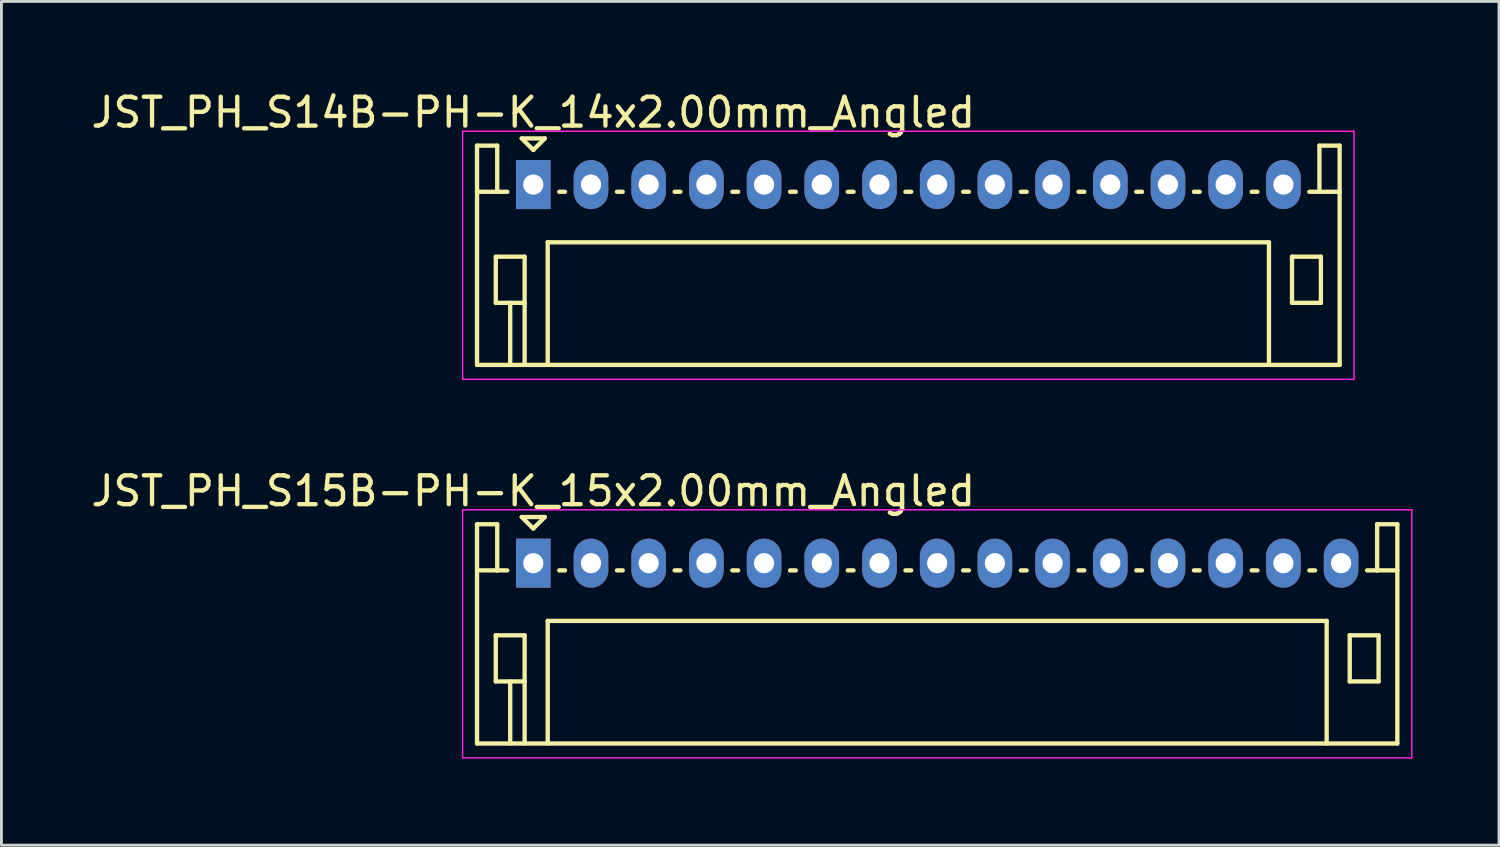
<source format=kicad_pcb>
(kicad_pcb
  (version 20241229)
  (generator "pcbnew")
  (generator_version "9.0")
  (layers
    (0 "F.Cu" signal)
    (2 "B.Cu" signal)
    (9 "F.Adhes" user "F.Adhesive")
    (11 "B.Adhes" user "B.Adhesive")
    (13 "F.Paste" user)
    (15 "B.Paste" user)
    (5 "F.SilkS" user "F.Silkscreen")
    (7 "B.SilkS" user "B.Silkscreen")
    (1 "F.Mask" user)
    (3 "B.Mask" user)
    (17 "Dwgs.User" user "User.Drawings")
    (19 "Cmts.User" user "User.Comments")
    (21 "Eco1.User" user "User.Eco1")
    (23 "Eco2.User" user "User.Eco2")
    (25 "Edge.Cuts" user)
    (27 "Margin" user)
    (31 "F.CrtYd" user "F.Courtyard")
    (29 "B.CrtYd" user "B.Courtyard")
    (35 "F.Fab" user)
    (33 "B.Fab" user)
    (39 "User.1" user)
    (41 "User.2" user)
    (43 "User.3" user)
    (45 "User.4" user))
  (footprint "JST_PH_S14B-PH-K_14x2.00mm_Angled"
    (layer "F.Cu")
    (at 15.435 3.348)
    (property "Reference" "JST_PH_S14B-PH-K_14x2.00mm_Angled" (at 0 -2.5 0) (layer "F.SilkS") (effects (font (size 1 1) (thickness 0.15))))
    (attr through_hole)
    (fp_line (start -1.95 -1.35) (end -1.95 6.25) (stroke (width 0.15) (type solid)) (layer "F.SilkS"))
    (fp_line (start -1.95 0.25) (end -1.25 0.25) (stroke (width 0.15) (type solid)) (layer "F.SilkS"))
    (fp_line (start -1.95 6.25) (end 27.95 6.25) (stroke (width 0.15) (type solid)) (layer "F.SilkS"))
    (fp_line (start -1.3 2.5) (end -1.3 4.1) (stroke (width 0.15) (type solid)) (layer "F.SilkS"))
    (fp_line (start -1.3 4.1) (end -0.3 4.1) (stroke (width 0.15) (type solid)) (layer "F.SilkS"))
    (fp_line (start -1.25 -1.35) (end -1.95 -1.35) (stroke (width 0.15) (type solid)) (layer "F.SilkS"))
    (fp_line (start -1.25 0.25) (end -1.25 -1.35) (stroke (width 0.15) (type solid)) (layer "F.SilkS"))
    (fp_line (start -0.9 0.25) (end -1.25 0.25) (stroke (width 0.15) (type solid)) (layer "F.SilkS"))
    (fp_line (start -0.8 4.1) (end -0.8 6.25) (stroke (width 0.15) (type solid)) (layer "F.SilkS"))
    (fp_line (start -0.4 -1.6) (end 0.4 -1.6) (stroke (width 0.15) (type solid)) (layer "F.SilkS"))
    (fp_line (start -0.3 2.5) (end -1.3 2.5) (stroke (width 0.15) (type solid)) (layer "F.SilkS"))
    (fp_line (start -0.3 4.1) (end -0.3 2.5) (stroke (width 0.15) (type solid)) (layer "F.SilkS"))
    (fp_line (start -0.3 4.1) (end -0.3 6.25) (stroke (width 0.15) (type solid)) (layer "F.SilkS"))
    (fp_line (start 0 -1.2) (end -0.4 -1.6) (stroke (width 0.15) (type solid)) (layer "F.SilkS"))
    (fp_line (start 0.4 -1.6) (end 0 -1.2) (stroke (width 0.15) (type solid)) (layer "F.SilkS"))
    (fp_line (start 0.5 2) (end 25.5 2) (stroke (width 0.15) (type solid)) (layer "F.SilkS"))
    (fp_line (start 0.5 6.25) (end 0.5 2) (stroke (width 0.15) (type solid)) (layer "F.SilkS"))
    (fp_line (start 0.9 0.25) (end 1.1 0.25) (stroke (width 0.15) (type solid)) (layer "F.SilkS"))
    (fp_line (start 2.9 0.25) (end 3.1 0.25) (stroke (width 0.15) (type solid)) (layer "F.SilkS"))
    (fp_line (start 4.9 0.25) (end 5.1 0.25) (stroke (width 0.15) (type solid)) (layer "F.SilkS"))
    (fp_line (start 6.9 0.25) (end 7.1 0.25) (stroke (width 0.15) (type solid)) (layer "F.SilkS"))
    (fp_line (start 8.9 0.25) (end 9.1 0.25) (stroke (width 0.15) (type solid)) (layer "F.SilkS"))
    (fp_line (start 10.9 0.25) (end 11.1 0.25) (stroke (width 0.15) (type solid)) (layer "F.SilkS"))
    (fp_line (start 12.9 0.25) (end 13.1 0.25) (stroke (width 0.15) (type solid)) (layer "F.SilkS"))
    (fp_line (start 14.9 0.25) (end 15.1 0.25) (stroke (width 0.15) (type solid)) (layer "F.SilkS"))
    (fp_line (start 16.9 0.25) (end 17.1 0.25) (stroke (width 0.15) (type solid)) (layer "F.SilkS"))
    (fp_line (start 18.9 0.25) (end 19.1 0.25) (stroke (width 0.15) (type solid)) (layer "F.SilkS"))
    (fp_line (start 20.9 0.25) (end 21.1 0.25) (stroke (width 0.15) (type solid)) (layer "F.SilkS"))
    (fp_line (start 22.9 0.25) (end 23.1 0.25) (stroke (width 0.15) (type solid)) (layer "F.SilkS"))
    (fp_line (start 24.9 0.25) (end 25.1 0.25) (stroke (width 0.15) (type solid)) (layer "F.SilkS"))
    (fp_line (start 25.5 2) (end 25.5 6.25) (stroke (width 0.15) (type solid)) (layer "F.SilkS"))
    (fp_line (start 26.3 2.5) (end 27.3 2.5) (stroke (width 0.15) (type solid)) (layer "F.SilkS"))
    (fp_line (start 26.3 4.1) (end 26.3 2.5) (stroke (width 0.15) (type solid)) (layer "F.SilkS"))
    (fp_line (start 27.25 -1.35) (end 27.25 0.25) (stroke (width 0.15) (type solid)) (layer "F.SilkS"))
    (fp_line (start 27.25 0.25) (end 26.9 0.25) (stroke (width 0.15) (type solid)) (layer "F.SilkS"))
    (fp_line (start 27.3 2.5) (end 27.3 4.1) (stroke (width 0.15) (type solid)) (layer "F.SilkS"))
    (fp_line (start 27.3 4.1) (end 26.3 4.1) (stroke (width 0.15) (type solid)) (layer "F.SilkS"))
    (fp_line (start 27.95 -1.35) (end 27.25 -1.35) (stroke (width 0.15) (type solid)) (layer "F.SilkS"))
    (fp_line (start 27.95 0.25) (end 27.25 0.25) (stroke (width 0.15) (type solid)) (layer "F.SilkS"))
    (fp_line (start 27.95 6.25) (end 27.95 -1.35) (stroke (width 0.15) (type solid)) (layer "F.SilkS"))
    (fp_line (start -2.45 -1.85) (end 28.45 -1.85) (stroke (width 0.05) (type solid)) (layer "F.CrtYd"))
    (fp_line (start -2.45 6.75) (end -2.45 -1.85) (stroke (width 0.05) (type solid)) (layer "F.CrtYd"))
    (fp_line (start 28.45 -1.85) (end 28.45 6.75) (stroke (width 0.05) (type solid)) (layer "F.CrtYd"))
    (fp_line (start 28.45 6.75) (end -2.45 6.75) (stroke (width 0.05) (type solid)) (layer "F.CrtYd"))
    (pad "1" thru_hole rect (at 0 0) (size 1.2 1.7) (drill 0.7) (layers "*.Cu" "*.Mask"))
    (pad "2" thru_hole oval (at 2 0) (size 1.2 1.7) (drill 0.7) (layers "*.Cu" "*.Mask"))
    (pad "3" thru_hole oval (at 4 0) (size 1.2 1.7) (drill 0.7) (layers "*.Cu" "*.Mask"))
    (pad "4" thru_hole oval (at 6 0) (size 1.2 1.7) (drill 0.7) (layers "*.Cu" "*.Mask"))
    (pad "5" thru_hole oval (at 8 0) (size 1.2 1.7) (drill 0.7) (layers "*.Cu" "*.Mask"))
    (pad "6" thru_hole oval (at 10 0) (size 1.2 1.7) (drill 0.7) (layers "*.Cu" "*.Mask"))
    (pad "7" thru_hole oval (at 12 0) (size 1.2 1.7) (drill 0.7) (layers "*.Cu" "*.Mask"))
    (pad "8" thru_hole oval (at 14 0) (size 1.2 1.7) (drill 0.7) (layers "*.Cu" "*.Mask"))
    (pad "9" thru_hole oval (at 16 0) (size 1.2 1.7) (drill 0.7) (layers "*.Cu" "*.Mask"))
    (pad "10" thru_hole oval (at 18 0) (size 1.2 1.7) (drill 0.7) (layers "*.Cu" "*.Mask"))
    (pad "11" thru_hole oval (at 20 0) (size 1.2 1.7) (drill 0.7) (layers "*.Cu" "*.Mask"))
    (pad "12" thru_hole oval (at 22 0) (size 1.2 1.7) (drill 0.7) (layers "*.Cu" "*.Mask"))
    (pad "13" thru_hole oval (at 24 0) (size 1.2 1.7) (drill 0.7) (layers "*.Cu" "*.Mask"))
    (pad "14" thru_hole oval (at 26 0) (size 1.2 1.7) (drill 0.7) (layers "*.Cu" "*.Mask")))
  (footprint "JST_PH_S15B-PH-K_15x2.00mm_Angled"
    (layer "F.Cu")
    (at 15.435 16.471)
    (property "Reference" "JST_PH_S15B-PH-K_15x2.00mm_Angled" (at 0 -2.5 0) (layer "F.SilkS") (effects (font (size 1 1) (thickness 0.15))))
    (attr through_hole)
    (fp_line (start -1.95 -1.35) (end -1.95 6.25) (stroke (width 0.15) (type solid)) (layer "F.SilkS"))
    (fp_line (start -1.95 0.25) (end -1.25 0.25) (stroke (width 0.15) (type solid)) (layer "F.SilkS"))
    (fp_line (start -1.95 6.25) (end 29.95 6.25) (stroke (width 0.15) (type solid)) (layer "F.SilkS"))
    (fp_line (start -1.3 2.5) (end -1.3 4.1) (stroke (width 0.15) (type solid)) (layer "F.SilkS"))
    (fp_line (start -1.3 4.1) (end -0.3 4.1) (stroke (width 0.15) (type solid)) (layer "F.SilkS"))
    (fp_line (start -1.25 -1.35) (end -1.95 -1.35) (stroke (width 0.15) (type solid)) (layer "F.SilkS"))
    (fp_line (start -1.25 0.25) (end -1.25 -1.35) (stroke (width 0.15) (type solid)) (layer "F.SilkS"))
    (fp_line (start -0.9 0.25) (end -1.25 0.25) (stroke (width 0.15) (type solid)) (layer "F.SilkS"))
    (fp_line (start -0.8 4.1) (end -0.8 6.25) (stroke (width 0.15) (type solid)) (layer "F.SilkS"))
    (fp_line (start -0.4 -1.6) (end 0.4 -1.6) (stroke (width 0.15) (type solid)) (layer "F.SilkS"))
    (fp_line (start -0.3 2.5) (end -1.3 2.5) (stroke (width 0.15) (type solid)) (layer "F.SilkS"))
    (fp_line (start -0.3 4.1) (end -0.3 2.5) (stroke (width 0.15) (type solid)) (layer "F.SilkS"))
    (fp_line (start -0.3 4.1) (end -0.3 6.25) (stroke (width 0.15) (type solid)) (layer "F.SilkS"))
    (fp_line (start 0 -1.2) (end -0.4 -1.6) (stroke (width 0.15) (type solid)) (layer "F.SilkS"))
    (fp_line (start 0.4 -1.6) (end 0 -1.2) (stroke (width 0.15) (type solid)) (layer "F.SilkS"))
    (fp_line (start 0.5 2) (end 27.5 2) (stroke (width 0.15) (type solid)) (layer "F.SilkS"))
    (fp_line (start 0.5 6.25) (end 0.5 2) (stroke (width 0.15) (type solid)) (layer "F.SilkS"))
    (fp_line (start 0.9 0.25) (end 1.1 0.25) (stroke (width 0.15) (type solid)) (layer "F.SilkS"))
    (fp_line (start 2.9 0.25) (end 3.1 0.25) (stroke (width 0.15) (type solid)) (layer "F.SilkS"))
    (fp_line (start 4.9 0.25) (end 5.1 0.25) (stroke (width 0.15) (type solid)) (layer "F.SilkS"))
    (fp_line (start 6.9 0.25) (end 7.1 0.25) (stroke (width 0.15) (type solid)) (layer "F.SilkS"))
    (fp_line (start 8.9 0.25) (end 9.1 0.25) (stroke (width 0.15) (type solid)) (layer "F.SilkS"))
    (fp_line (start 10.9 0.25) (end 11.1 0.25) (stroke (width 0.15) (type solid)) (layer "F.SilkS"))
    (fp_line (start 12.9 0.25) (end 13.1 0.25) (stroke (width 0.15) (type solid)) (layer "F.SilkS"))
    (fp_line (start 14.9 0.25) (end 15.1 0.25) (stroke (width 0.15) (type solid)) (layer "F.SilkS"))
    (fp_line (start 16.9 0.25) (end 17.1 0.25) (stroke (width 0.15) (type solid)) (layer "F.SilkS"))
    (fp_line (start 18.9 0.25) (end 19.1 0.25) (stroke (width 0.15) (type solid)) (layer "F.SilkS"))
    (fp_line (start 20.9 0.25) (end 21.1 0.25) (stroke (width 0.15) (type solid)) (layer "F.SilkS"))
    (fp_line (start 22.9 0.25) (end 23.1 0.25) (stroke (width 0.15) (type solid)) (layer "F.SilkS"))
    (fp_line (start 24.9 0.25) (end 25.1 0.25) (stroke (width 0.15) (type solid)) (layer "F.SilkS"))
    (fp_line (start 26.9 0.25) (end 27.1 0.25) (stroke (width 0.15) (type solid)) (layer "F.SilkS"))
    (fp_line (start 27.5 2) (end 27.5 6.25) (stroke (width 0.15) (type solid)) (layer "F.SilkS"))
    (fp_line (start 28.3 2.5) (end 29.3 2.5) (stroke (width 0.15) (type solid)) (layer "F.SilkS"))
    (fp_line (start 28.3 4.1) (end 28.3 2.5) (stroke (width 0.15) (type solid)) (layer "F.SilkS"))
    (fp_line (start 29.25 -1.35) (end 29.25 0.25) (stroke (width 0.15) (type solid)) (layer "F.SilkS"))
    (fp_line (start 29.25 0.25) (end 28.9 0.25) (stroke (width 0.15) (type solid)) (layer "F.SilkS"))
    (fp_line (start 29.3 2.5) (end 29.3 4.1) (stroke (width 0.15) (type solid)) (layer "F.SilkS"))
    (fp_line (start 29.3 4.1) (end 28.3 4.1) (stroke (width 0.15) (type solid)) (layer "F.SilkS"))
    (fp_line (start 29.95 -1.35) (end 29.25 -1.35) (stroke (width 0.15) (type solid)) (layer "F.SilkS"))
    (fp_line (start 29.95 0.25) (end 29.25 0.25) (stroke (width 0.15) (type solid)) (layer "F.SilkS"))
    (fp_line (start 29.95 6.25) (end 29.95 -1.35) (stroke (width 0.15) (type solid)) (layer "F.SilkS"))
    (fp_line (start -2.45 -1.85) (end 30.45 -1.85) (stroke (width 0.05) (type solid)) (layer "F.CrtYd"))
    (fp_line (start -2.45 6.75) (end -2.45 -1.85) (stroke (width 0.05) (type solid)) (layer "F.CrtYd"))
    (fp_line (start 30.45 -1.85) (end 30.45 6.75) (stroke (width 0.05) (type solid)) (layer "F.CrtYd"))
    (fp_line (start 30.45 6.75) (end -2.45 6.75) (stroke (width 0.05) (type solid)) (layer "F.CrtYd"))
    (pad "1" thru_hole rect (at 0 0) (size 1.2 1.7) (drill 0.7) (layers "*.Cu" "*.Mask"))
    (pad "2" thru_hole oval (at 2 0) (size 1.2 1.7) (drill 0.7) (layers "*.Cu" "*.Mask"))
    (pad "3" thru_hole oval (at 4 0) (size 1.2 1.7) (drill 0.7) (layers "*.Cu" "*.Mask"))
    (pad "4" thru_hole oval (at 6 0) (size 1.2 1.7) (drill 0.7) (layers "*.Cu" "*.Mask"))
    (pad "5" thru_hole oval (at 8 0) (size 1.2 1.7) (drill 0.7) (layers "*.Cu" "*.Mask"))
    (pad "6" thru_hole oval (at 10 0) (size 1.2 1.7) (drill 0.7) (layers "*.Cu" "*.Mask"))
    (pad "7" thru_hole oval (at 12 0) (size 1.2 1.7) (drill 0.7) (layers "*.Cu" "*.Mask"))
    (pad "8" thru_hole oval (at 14 0) (size 1.2 1.7) (drill 0.7) (layers "*.Cu" "*.Mask"))
    (pad "9" thru_hole oval (at 16 0) (size 1.2 1.7) (drill 0.7) (layers "*.Cu" "*.Mask"))
    (pad "10" thru_hole oval (at 18 0) (size 1.2 1.7) (drill 0.7) (layers "*.Cu" "*.Mask"))
    (pad "11" thru_hole oval (at 20 0) (size 1.2 1.7) (drill 0.7) (layers "*.Cu" "*.Mask"))
    (pad "12" thru_hole oval (at 22 0) (size 1.2 1.7) (drill 0.7) (layers "*.Cu" "*.Mask"))
    (pad "13" thru_hole oval (at 24 0) (size 1.2 1.7) (drill 0.7) (layers "*.Cu" "*.Mask"))
    (pad "14" thru_hole oval (at 26 0) (size 1.2 1.7) (drill 0.7) (layers "*.Cu" "*.Mask"))
    (pad "15" thru_hole oval (at 28 0) (size 1.2 1.7) (drill 0.7) (layers "*.Cu" "*.Mask")))
  (gr_rect
    (start -3 -3)
    (end 48.91 26.247)
    (stroke (width 0.1) (type default))
    (fill no)
    (layer "Edge.Cuts")))
</source>
